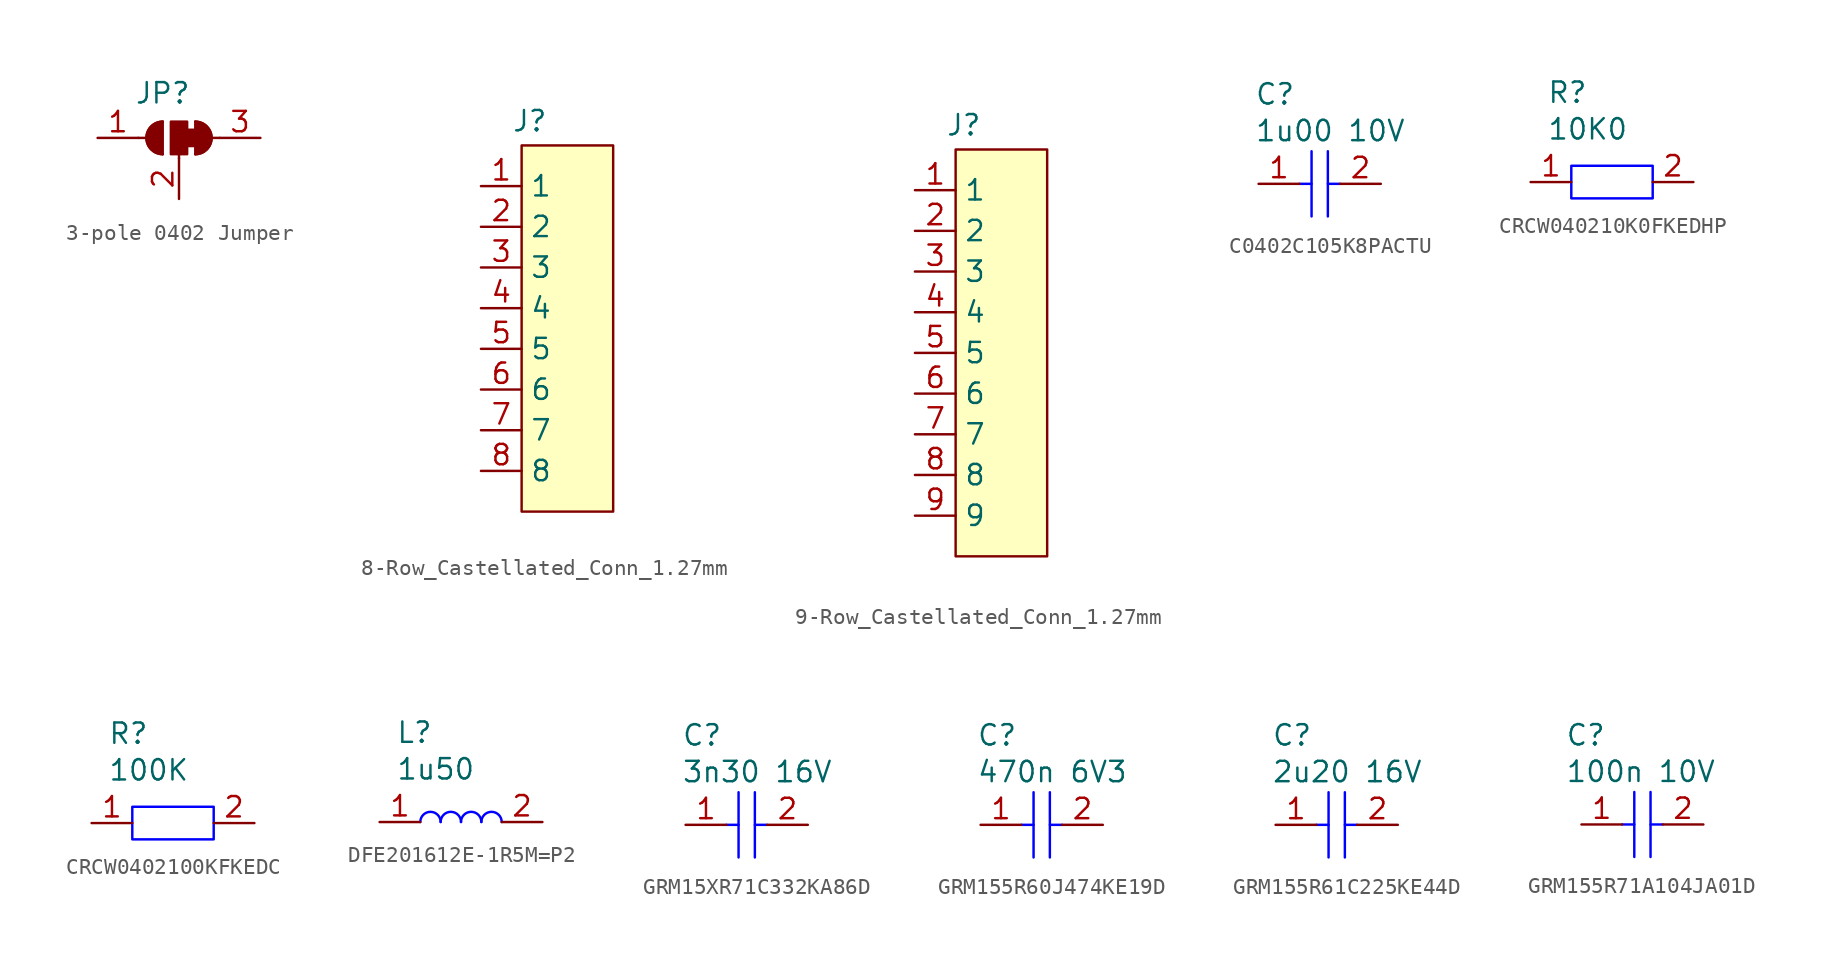
<source format=kicad_sym>
(kicad_symbol_lib
  (version 20231120)
  (generator "kicad_symbol_editor")
  (generator_version "8.0")
  (symbol "3-pole 0402 Jumper"
    (property "Reference" "JP"
      (at -1.016 2.794 0)
      (effects (font (size 1.27 1.27))))
    (property "Value" ""
      (at -2.54 -3.81 0)
      (effects (font (size 1.27 1.27))))
    (symbol "3-pole 0402 Jumper_0_1"
      (arc (start -1.016 1.016) (mid -2.0276 0) (end -1.016 -1.016) (stroke (width 0) (type default)) (fill (type none)))
      (arc (start -1.016 1.016) (mid -2.0276 0) (end -1.016 -1.016) (stroke (width 0) (type default)) (fill (type outline)))
      (rectangle (start -0.508 1.016) (end 0.508 -1.016) (stroke (width 0) (type default)) (fill (type outline)))
      (polyline (pts (xy -2.54 0) (xy -2.032 0)) (stroke (width 0) (type default)) (fill (type none)))
      (polyline (pts (xy -1.016 1.016) (xy -1.016 -1.016)) (stroke (width 0) (type default)) (fill (type none)))
      (polyline (pts (xy 0 -1.27) (xy 0 -1.016)) (stroke (width 0) (type default)) (fill (type none)))
      (polyline (pts (xy 1.016 1.016) (xy 1.016 -1.016)) (stroke (width 0) (type default)) (fill (type none)))
      (polyline (pts (xy 2.54 0) (xy 2.032 0)) (stroke (width 0) (type default)) (fill (type none)))
      (rectangle (start 0.508 0.508) (end 1.016 -0.508) (stroke (width 0) (type default)) (fill (type outline)))
      (arc (start 1.016 -1.016) (mid 2.0276 0) (end 1.016 1.016) (stroke (width 0) (type default)) (fill (type none)))
      (arc (start 1.016 -1.016) (mid 2.0276 0) (end 1.016 1.016) (stroke (width 0) (type default)) (fill (type outline))))
    (symbol "3-pole 0402 Jumper_1_1"
      (pin passive line (at -5.08 0 0) (length 2.54) (name "" (effects (font (size 1.27 1.27)))) (number "1" (effects (font (size 1.27 1.27)))))
      (pin passive line (at 0 -3.81 90) (length 2.54) (name "" (effects (font (size 1.27 1.27)))) (number "2" (effects (font (size 1.27 1.27)))))
      (pin passive line (at 5.08 0 180) (length 2.54) (name "" (effects (font (size 1.27 1.27)))) (number "3" (effects (font (size 1.27 1.27)))))))
  (symbol "8-Row_Castellated_Conn_1.27mm"
    (property "Reference" "J"
      (at 0.508 1.524 0)
      (effects (font (size 1.27 1.27))))
    (property "Value" ""
      (at 0 0 0)
      (effects (font (size 1.27 1.27))))
    (symbol "8-Row_Castellated_Conn_1.27mm_0_1"
      (rectangle (start 0 0) (end 5.715 -22.86) (stroke (width 0) (type default) (color 128 0 0 1)) (fill (type background))))
    (symbol "8-Row_Castellated_Conn_1.27mm_1_1"
      (pin passive line (at -2.54 -2.54 0) (length 2.54) (name "1" (effects (font (size 1.27 1.27)))) (number "1" (effects (font (size 1.27 1.27)))))
      (pin passive line (at -2.54 -5.08 0) (length 2.54) (name "2" (effects (font (size 1.27 1.27)))) (number "2" (effects (font (size 1.27 1.27)))))
      (pin passive line (at -2.54 -7.62 0) (length 2.54) (name "3" (effects (font (size 1.27 1.27)))) (number "3" (effects (font (size 1.27 1.27)))))
      (pin passive line (at -2.54 -10.16 0) (length 2.54) (name "4" (effects (font (size 1.27 1.27)))) (number "4" (effects (font (size 1.27 1.27)))))
      (pin passive line (at -2.54 -12.7 0) (length 2.54) (name "5" (effects (font (size 1.27 1.27)))) (number "5" (effects (font (size 1.27 1.27)))))
      (pin passive line (at -2.54 -15.24 0) (length 2.54) (name "6" (effects (font (size 1.27 1.27)))) (number "6" (effects (font (size 1.27 1.27)))))
      (pin passive line (at -2.54 -17.78 0) (length 2.54) (name "7" (effects (font (size 1.27 1.27)))) (number "7" (effects (font (size 1.27 1.27)))))
      (pin passive line (at -2.54 -20.32 0) (length 2.54) (name "8" (effects (font (size 1.27 1.27)))) (number "8" (effects (font (size 1.27 1.27)))))))
  (symbol "9-Row_Castellated_Conn_1.27mm"
    (property "Reference" "J"
      (at 0.508 1.524 0)
      (effects (font (size 1.27 1.27))))
    (property "Value" ""
      (at 0 0 0)
      (effects (font (size 1.27 1.27))))
    (symbol "9-Row_Castellated_Conn_1.27mm_0_1"
      (rectangle (start 0 0) (end 5.715 -25.4) (stroke (width 0) (type default) (color 128 0 0 1)) (fill (type background))))
    (symbol "9-Row_Castellated_Conn_1.27mm_1_1"
      (pin passive line (at -2.54 -2.54 0) (length 2.54) (name "1" (effects (font (size 1.27 1.27)))) (number "1" (effects (font (size 1.27 1.27)))))
      (pin passive line (at -2.54 -5.08 0) (length 2.54) (name "2" (effects (font (size 1.27 1.27)))) (number "2" (effects (font (size 1.27 1.27)))))
      (pin passive line (at -2.54 -7.62 0) (length 2.54) (name "3" (effects (font (size 1.27 1.27)))) (number "3" (effects (font (size 1.27 1.27)))))
      (pin passive line (at -2.54 -10.16 0) (length 2.54) (name "4" (effects (font (size 1.27 1.27)))) (number "4" (effects (font (size 1.27 1.27)))))
      (pin passive line (at -2.54 -12.7 0) (length 2.54) (name "5" (effects (font (size 1.27 1.27)))) (number "5" (effects (font (size 1.27 1.27)))))
      (pin passive line (at -2.54 -15.24 0) (length 2.54) (name "6" (effects (font (size 1.27 1.27)))) (number "6" (effects (font (size 1.27 1.27)))))
      (pin passive line (at -2.54 -17.78 0) (length 2.54) (name "7" (effects (font (size 1.27 1.27)))) (number "7" (effects (font (size 1.27 1.27)))))
      (pin passive line (at -2.54 -20.32 0) (length 2.54) (name "8" (effects (font (size 1.27 1.27)))) (number "8" (effects (font (size 1.27 1.27)))))
      (pin passive line (at -2.54 -22.86 0) (length 2.54) (name "9" (effects (font (size 1.27 1.27)))) (number "9" (effects (font (size 1.27 1.27)))))))
  (symbol "C0402C105K8PACTU"
    (property "Reference" "C"
      (at -4.064 5.588 0)
      (effects (font (size 1.27 1.27)) (justify left)))
    (property "Value" "1u00 10V"
      (at -4.064 3.302 0)
      (effects (font (size 1.27 1.27)) (justify left)))
    (symbol "C0402C105K8PACTU_1_1"
      (polyline (pts (xy -1.27 0) (xy -0.508 0)) (stroke (width 0) (type default) (color 0 0 255 1)) (fill (type none)))
      (polyline (pts (xy -0.508 2.032) (xy -0.508 -2.032)) (stroke (width 0) (type default) (color 0 0 255 1)) (fill (type none)))
      (polyline (pts (xy 0.508 2.032) (xy 0.508 -2.032)) (stroke (width 0) (type default) (color 0 0 255 1)) (fill (type none)))
      (polyline (pts (xy 1.27 0) (xy 0.508 0)) (stroke (width 0) (type default) (color 0 0 255 1)) (fill (type none)))
      (pin passive line (at -3.81 0 0) (length 2.54) (name "" (effects (font (size 1.27 1.27)))) (number "1" (effects (font (size 1.27 1.27)))))
      (pin passive line (at 3.81 0 180) (length 2.54) (name "" (effects (font (size 1.27 1.27)))) (number "2" (effects (font (size 1.27 1.27)))))))
  (symbol "CRCW040210K0FKEDHP"
    (property "Reference" "R"
      (at -4.064 5.588 0)
      (effects (font (size 1.27 1.27)) (justify left)))
    (property "Value" "10K0"
      (at -4.064 3.302 0)
      (effects (font (size 1.27 1.27)) (justify left)))
    (symbol "CRCW040210K0FKEDHP_0_1"
      (rectangle (start -2.54 1.016) (end 2.54 -1.016) (stroke (width 0) (type default) (color 0 0 255 1)) (fill (type none))))
    (symbol "CRCW040210K0FKEDHP_1_1"
      (pin passive line (at -5.08 0 0) (length 2.54) (name "" (effects (font (size 1.27 1.27)))) (number "1" (effects (font (size 1.27 1.27)))))
      (pin passive line (at 5.08 0 180) (length 2.54) (name "" (effects (font (size 1.27 1.27)))) (number "2" (effects (font (size 1.27 1.27)))))))
  (symbol "CRCW0402100KFKEDC"
    (property "Reference" "R"
      (at -4.064 5.588 0)
      (effects (font (size 1.27 1.27)) (justify left)))
    (property "Value" "100K"
      (at -4.064 3.302 0)
      (effects (font (size 1.27 1.27)) (justify left)))
    (symbol "CRCW0402100KFKEDC_0_1"
      (rectangle (start -2.54 1.016) (end 2.54 -1.016) (stroke (width 0) (type default) (color 0 0 255 1)) (fill (type none))))
    (symbol "CRCW0402100KFKEDC_1_1"
      (pin passive line (at -5.08 0 0) (length 2.54) (name "" (effects (font (size 1.27 1.27)))) (number "1" (effects (font (size 1.27 1.27)))))
      (pin passive line (at 5.08 0 180) (length 2.54) (name "" (effects (font (size 1.27 1.27)))) (number "2" (effects (font (size 1.27 1.27)))))))
  (symbol "DFE201612E-1R5M=P2"
    (property "Reference" "L"
      (at -4.064 5.588 0)
      (effects (font (size 1.27 1.27)) (justify left)))
    (property "Value" "1u50"
      (at -4.064 3.302 0)
      (effects (font (size 1.27 1.27)) (justify left)))
    (symbol "DFE201612E-1R5M=P2_0_1"
      (arc (start -1.27 0.0027) (mid -1.905 0.635) (end -2.54 0.0027) (stroke (width 0) (type default) (color 0 0 255 1)) (fill (type none)))
      (arc (start 0 0.0027) (mid -0.635 0.635) (end -1.27 0.0027) (stroke (width 0) (type default) (color 0 0 255 1)) (fill (type none)))
      (arc (start 1.27 0.0027) (mid 0.635 0.635) (end 0 0.0027) (stroke (width 0) (type default) (color 0 0 255 1)) (fill (type none)))
      (arc (start 2.54 0.0027) (mid 1.905 0.635) (end 1.27 0.0027) (stroke (width 0) (type default) (color 0 0 255 1)) (fill (type none))))
    (symbol "DFE201612E-1R5M=P2_1_1"
      (pin passive line (at -5.08 0 0) (length 2.54) (name "" (effects (font (size 1.27 1.27)))) (number "1" (effects (font (size 1.27 1.27)))))
      (pin passive line (at 5.08 0 180) (length 2.54) (name "" (effects (font (size 1.27 1.27)))) (number "2" (effects (font (size 1.27 1.27)))))))
  (symbol "GRM15XR71C332KA86D"
    (property "Reference" "C"
      (at -4.064 5.588 0)
      (effects (font (size 1.27 1.27)) (justify left)))
    (property "Value" "3n30 16V"
      (at -4.064 3.302 0)
      (effects (font (size 1.27 1.27)) (justify left)))
    (symbol "GRM15XR71C332KA86D_1_1"
      (polyline (pts (xy -1.27 0) (xy -0.508 0)) (stroke (width 0) (type default) (color 0 0 255 1)) (fill (type none)))
      (polyline (pts (xy -0.508 2.032) (xy -0.508 -2.032)) (stroke (width 0) (type default) (color 0 0 255 1)) (fill (type none)))
      (polyline (pts (xy 0.508 2.032) (xy 0.508 -2.032)) (stroke (width 0) (type default) (color 0 0 255 1)) (fill (type none)))
      (polyline (pts (xy 1.27 0) (xy 0.508 0)) (stroke (width 0) (type default) (color 0 0 255 1)) (fill (type none)))
      (pin passive line (at -3.81 0 0) (length 2.54) (name "" (effects (font (size 1.27 1.27)))) (number "1" (effects (font (size 1.27 1.27)))))
      (pin passive line (at 3.81 0 180) (length 2.54) (name "" (effects (font (size 1.27 1.27)))) (number "2" (effects (font (size 1.27 1.27)))))))
  (symbol "GRM155R60J474KE19D"
    (property "Reference" "C"
      (at -4.064 5.588 0)
      (effects (font (size 1.27 1.27)) (justify left)))
    (property "Value" "470n 6V3"
      (at -4.064 3.302 0)
      (effects (font (size 1.27 1.27)) (justify left)))
    (symbol "GRM155R60J474KE19D_1_1"
      (polyline (pts (xy -1.27 0) (xy -0.508 0)) (stroke (width 0) (type default) (color 0 0 255 1)) (fill (type none)))
      (polyline (pts (xy -0.508 2.032) (xy -0.508 -2.032)) (stroke (width 0) (type default) (color 0 0 255 1)) (fill (type none)))
      (polyline (pts (xy 0.508 2.032) (xy 0.508 -2.032)) (stroke (width 0) (type default) (color 0 0 255 1)) (fill (type none)))
      (polyline (pts (xy 1.27 0) (xy 0.508 0)) (stroke (width 0) (type default) (color 0 0 255 1)) (fill (type none)))
      (pin passive line (at -3.81 0 0) (length 2.54) (name "" (effects (font (size 1.27 1.27)))) (number "1" (effects (font (size 1.27 1.27)))))
      (pin passive line (at 3.81 0 180) (length 2.54) (name "" (effects (font (size 1.27 1.27)))) (number "2" (effects (font (size 1.27 1.27)))))))
  (symbol "GRM155R61C225KE44D"
    (property "Reference" "C"
      (at -4.064 5.588 0)
      (effects (font (size 1.27 1.27)) (justify left)))
    (property "Value" "2u20 16V"
      (at -4.064 3.302 0)
      (effects (font (size 1.27 1.27)) (justify left)))
    (symbol "GRM155R61C225KE44D_1_1"
      (polyline (pts (xy -1.27 0) (xy -0.508 0)) (stroke (width 0) (type default) (color 0 0 255 1)) (fill (type none)))
      (polyline (pts (xy -0.508 2.032) (xy -0.508 -2.032)) (stroke (width 0) (type default) (color 0 0 255 1)) (fill (type none)))
      (polyline (pts (xy 0.508 2.032) (xy 0.508 -2.032)) (stroke (width 0) (type default) (color 0 0 255 1)) (fill (type none)))
      (polyline (pts (xy 1.27 0) (xy 0.508 0)) (stroke (width 0) (type default) (color 0 0 255 1)) (fill (type none)))
      (pin passive line (at -3.81 0 0) (length 2.54) (name "" (effects (font (size 1.27 1.27)))) (number "1" (effects (font (size 1.27 1.27)))))
      (pin passive line (at 3.81 0 180) (length 2.54) (name "" (effects (font (size 1.27 1.27)))) (number "2" (effects (font (size 1.27 1.27)))))))
  (symbol "GRM155R71A104JA01D"
    (property "Reference" "C"
      (at -4.826 5.588 0)
      (effects (font (size 1.27 1.27)) (justify left)))
    (property "Value" "100n 10V"
      (at -4.826 3.302 0)
      (effects (font (size 1.27 1.27)) (justify left)))
    (symbol "GRM155R71A104JA01D_1_1"
      (polyline (pts (xy -1.27 0) (xy -0.508 0)) (stroke (width 0) (type default) (color 0 0 255 1)) (fill (type none)))
      (polyline (pts (xy -0.508 2.032) (xy -0.508 -2.032)) (stroke (width 0) (type default) (color 0 0 255 1)) (fill (type none)))
      (polyline (pts (xy 0.508 2.032) (xy 0.508 -2.032)) (stroke (width 0) (type default) (color 0 0 255 1)) (fill (type none)))
      (polyline (pts (xy 1.27 0) (xy 0.508 0)) (stroke (width 0) (type default) (color 0 0 255 1)) (fill (type none)))
      (pin passive line (at -3.81 0 0) (length 2.54) (name "" (effects (font (size 1.27 1.27)))) (number "1" (effects (font (size 1.27 1.27)))))
      (pin passive line (at 3.81 0 180) (length 2.54) (name "" (effects (font (size 1.27 1.27)))) (number "2" (effects (font (size 1.27 1.27))))))))
</source>
